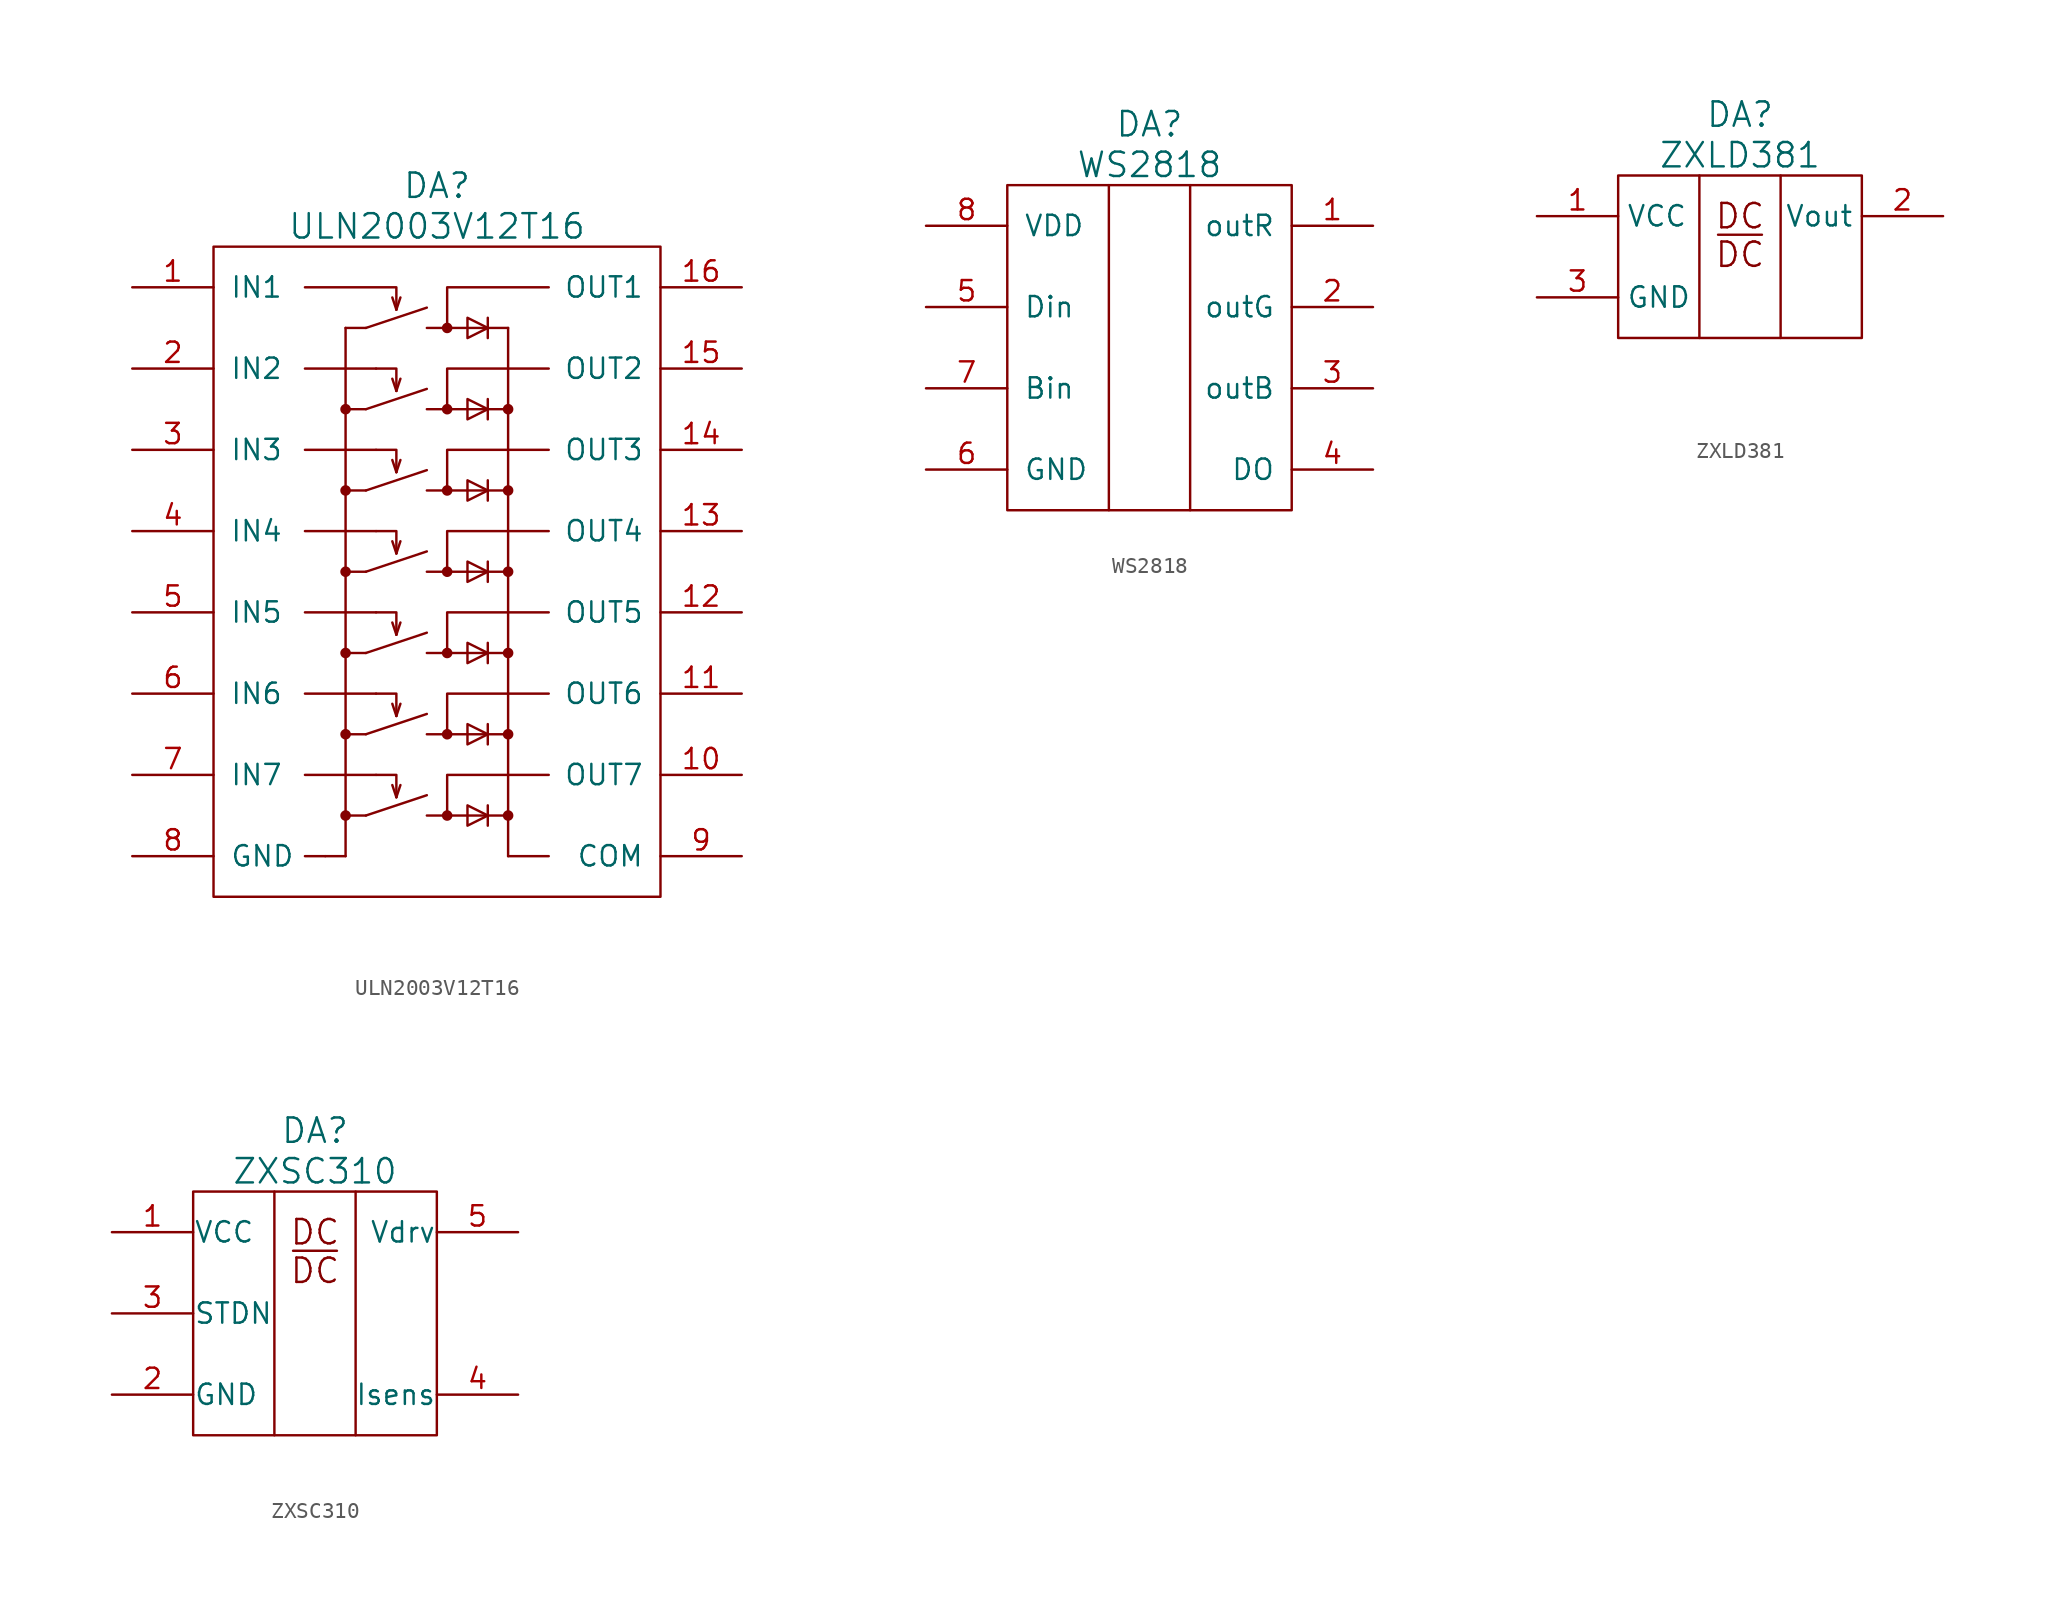
<source format=kicad_sym>
(kicad_symbol_lib
  (version 20220914)
  (generator kicad_symbol_editor)
  (symbol "ULN2003V12T16"
    (pin_names
      (offset 1.016))
    (property "Reference" "DA"
      (at 0 24.13 0)
      (effects (font (size 1.524 1.524))))
    (property "Value" "ULN2003V12T16"
      (at 0 21.59 0)
      (effects (font (size 1.524 1.524))))
    (property "Datasheet" ""
      (at 0 26.67 0)
      (effects (font (size 1.524 1.524))))
    (symbol "ULN2003V12T16_0_1"
      (polyline (pts (xy -6.985 -17.78) (xy -6.985 -17.78)) (stroke (width 0) (type solid)) (fill (type none)))
      (polyline (pts (xy -5.715 -17.78) (xy -8.255 -17.78)) (stroke (width 0) (type solid)) (fill (type none)))
      (polyline (pts (xy -4.445 -15.24) (xy -5.715 -15.24)) (stroke (width 0) (type solid)) (fill (type none)))
      (polyline (pts (xy -4.445 -15.24) (xy -0.635 -13.97)) (stroke (width 0) (type solid)) (fill (type none)))
      (polyline (pts (xy -4.445 -10.16) (xy -5.715 -10.16)) (stroke (width 0) (type solid)) (fill (type none)))
      (polyline (pts (xy -4.445 -10.16) (xy -0.635 -8.89)) (stroke (width 0) (type solid)) (fill (type none)))
      (polyline (pts (xy -4.445 -5.08) (xy -5.715 -5.08)) (stroke (width 0) (type solid)) (fill (type none)))
      (polyline (pts (xy -4.445 -5.08) (xy -0.635 -3.81)) (stroke (width 0) (type solid)) (fill (type none)))
      (polyline (pts (xy -4.445 0) (xy -5.715 0)) (stroke (width 0) (type solid)) (fill (type none)))
      (polyline (pts (xy -4.445 0) (xy -0.635 1.27)) (stroke (width 0) (type solid)) (fill (type none)))
      (polyline (pts (xy -4.445 5.08) (xy -5.715 5.08)) (stroke (width 0) (type solid)) (fill (type none)))
      (polyline (pts (xy -4.445 5.08) (xy -0.635 6.35)) (stroke (width 0) (type solid)) (fill (type none)))
      (polyline (pts (xy -4.445 10.16) (xy -5.715 10.16)) (stroke (width 0) (type solid)) (fill (type none)))
      (polyline (pts (xy -4.445 10.16) (xy -0.635 11.43)) (stroke (width 0) (type solid)) (fill (type none)))
      (polyline (pts (xy -4.445 15.24) (xy -5.715 15.24)) (stroke (width 0) (type solid)) (fill (type none)))
      (polyline (pts (xy -4.445 15.24) (xy -0.635 16.51)) (stroke (width 0) (type solid)) (fill (type none)))
      (polyline (pts (xy -3.81 -12.7) (xy -8.255 -12.7)) (stroke (width 0) (type solid)) (fill (type none)))
      (polyline (pts (xy -3.81 -7.62) (xy -8.255 -7.62)) (stroke (width 0) (type solid)) (fill (type none)))
      (polyline (pts (xy -3.81 -2.54) (xy -8.255 -2.54)) (stroke (width 0) (type solid)) (fill (type none)))
      (polyline (pts (xy -3.81 2.54) (xy -8.255 2.54)) (stroke (width 0) (type solid)) (fill (type none)))
      (polyline (pts (xy -3.81 7.62) (xy -8.255 7.62)) (stroke (width 0) (type solid)) (fill (type none)))
      (polyline (pts (xy -3.81 12.7) (xy -8.255 12.7)) (stroke (width 0) (type solid)) (fill (type none)))
      (polyline (pts (xy 0.635 -15.24) (xy -0.635 -15.24)) (stroke (width 0) (type solid)) (fill (type none)))
      (polyline (pts (xy 0.635 -10.16) (xy -0.635 -10.16)) (stroke (width 0) (type solid)) (fill (type none)))
      (polyline (pts (xy 0.635 -5.08) (xy -0.635 -5.08)) (stroke (width 0) (type solid)) (fill (type none)))
      (polyline (pts (xy 0.635 0) (xy -0.635 0)) (stroke (width 0) (type solid)) (fill (type none)))
      (polyline (pts (xy 0.635 5.08) (xy -0.635 5.08)) (stroke (width 0) (type solid)) (fill (type none)))
      (polyline (pts (xy 0.635 10.16) (xy -0.635 10.16)) (stroke (width 0) (type solid)) (fill (type none)))
      (polyline (pts (xy 4.445 -17.78) (xy 6.985 -17.78)) (stroke (width 0) (type solid)) (fill (type none)))
      (rectangle (start 13.97 20.32) (end -13.97 -20.32) (stroke (width 0) (type solid)) (fill (type none))))
    (symbol "ULN2003V12T16_1_1"
      (circle (center -5.715 -15.24) (radius 0.254) (stroke (width 0) (type solid)) (fill (type outline)))
      (circle (center -5.715 -10.16) (radius 0.254) (stroke (width 0) (type solid)) (fill (type outline)))
      (circle (center -5.715 -5.08) (radius 0.254) (stroke (width 0) (type solid)) (fill (type outline)))
      (circle (center -5.715 0) (radius 0.254) (stroke (width 0) (type solid)) (fill (type outline)))
      (circle (center -5.715 5.08) (radius 0.254) (stroke (width 0) (type solid)) (fill (type outline)))
      (circle (center -5.715 10.16) (radius 0.254) (stroke (width 0) (type solid)) (fill (type outline)))
      (polyline (pts (xy -5.715 15.24) (xy -5.715 -17.78)) (stroke (width 0) (type solid)) (fill (type none)))
      (polyline (pts (xy -2.54 -14.097) (xy -2.794 -13.335)) (stroke (width 0) (type solid)) (fill (type none)))
      (polyline (pts (xy -2.54 -14.097) (xy -2.286 -13.335)) (stroke (width 0) (type solid)) (fill (type none)))
      (polyline (pts (xy -2.54 -9.017) (xy -2.794 -8.255)) (stroke (width 0) (type solid)) (fill (type none)))
      (polyline (pts (xy -2.54 -9.017) (xy -2.286 -8.255)) (stroke (width 0) (type solid)) (fill (type none)))
      (polyline (pts (xy -2.54 -3.937) (xy -2.794 -3.175)) (stroke (width 0) (type solid)) (fill (type none)))
      (polyline (pts (xy -2.54 -3.937) (xy -2.286 -3.175)) (stroke (width 0) (type solid)) (fill (type none)))
      (polyline (pts (xy -2.54 1.143) (xy -2.794 1.905)) (stroke (width 0) (type solid)) (fill (type none)))
      (polyline (pts (xy -2.54 1.143) (xy -2.286 1.905)) (stroke (width 0) (type solid)) (fill (type none)))
      (polyline (pts (xy -2.54 6.223) (xy -2.794 6.985)) (stroke (width 0) (type solid)) (fill (type none)))
      (polyline (pts (xy -2.54 6.223) (xy -2.286 6.985)) (stroke (width 0) (type solid)) (fill (type none)))
      (polyline (pts (xy -2.54 11.303) (xy -2.794 12.065)) (stroke (width 0) (type solid)) (fill (type none)))
      (polyline (pts (xy -2.54 11.303) (xy -2.286 12.065)) (stroke (width 0) (type solid)) (fill (type none)))
      (polyline (pts (xy -2.54 16.383) (xy -2.794 17.145)) (stroke (width 0) (type solid)) (fill (type none)))
      (polyline (pts (xy -2.54 16.383) (xy -2.286 17.145)) (stroke (width 0) (type solid)) (fill (type none)))
      (polyline (pts (xy 0.635 -15.24) (xy 4.445 -15.24)) (stroke (width 0) (type solid)) (fill (type none)))
      (polyline (pts (xy 0.635 -10.16) (xy 4.445 -10.16)) (stroke (width 0) (type solid)) (fill (type none)))
      (polyline (pts (xy 0.635 -5.08) (xy 4.445 -5.08)) (stroke (width 0) (type solid)) (fill (type none)))
      (polyline (pts (xy 0.635 0) (xy 4.445 0)) (stroke (width 0) (type solid)) (fill (type none)))
      (polyline (pts (xy 0.635 5.08) (xy 4.445 5.08)) (stroke (width 0) (type solid)) (fill (type none)))
      (polyline (pts (xy 0.635 10.16) (xy 4.445 10.16)) (stroke (width 0) (type solid)) (fill (type none)))
      (polyline (pts (xy 0.635 15.24) (xy -0.635 15.24)) (stroke (width 0) (type solid)) (fill (type none)))
      (polyline (pts (xy 0.635 15.24) (xy 4.445 15.24)) (stroke (width 0) (type solid)) (fill (type none)))
      (polyline (pts (xy 3.175 -14.605) (xy 3.175 -15.875)) (stroke (width 0) (type solid)) (fill (type none)))
      (polyline (pts (xy 3.175 -9.525) (xy 3.175 -10.795)) (stroke (width 0) (type solid)) (fill (type none)))
      (polyline (pts (xy 3.175 -4.445) (xy 3.175 -5.715)) (stroke (width 0) (type solid)) (fill (type none)))
      (polyline (pts (xy 3.175 0.635) (xy 3.175 -0.635)) (stroke (width 0) (type solid)) (fill (type none)))
      (polyline (pts (xy 3.175 5.715) (xy 3.175 4.445)) (stroke (width 0) (type solid)) (fill (type none)))
      (polyline (pts (xy 3.175 10.795) (xy 3.175 9.525)) (stroke (width 0) (type solid)) (fill (type none)))
      (polyline (pts (xy 3.175 15.875) (xy 3.175 14.605)) (stroke (width 0) (type solid)) (fill (type none)))
      (polyline (pts (xy 4.445 15.24) (xy 4.445 -17.78)) (stroke (width 0) (type solid)) (fill (type none)))
      (polyline (pts (xy -2.54 -14.097) (xy -2.54 -12.7) (xy -3.81 -12.7)) (stroke (width 0) (type solid)) (fill (type none)))
      (polyline (pts (xy -2.54 -9.017) (xy -2.54 -7.62) (xy -3.81 -7.62)) (stroke (width 0) (type solid)) (fill (type none)))
      (polyline (pts (xy -2.54 -3.937) (xy -2.54 -2.54) (xy -3.81 -2.54)) (stroke (width 0) (type solid)) (fill (type none)))
      (polyline (pts (xy -2.54 1.143) (xy -2.54 2.54) (xy -3.81 2.54)) (stroke (width 0) (type solid)) (fill (type none)))
      (polyline (pts (xy -2.54 6.223) (xy -2.54 7.62) (xy -3.81 7.62)) (stroke (width 0) (type solid)) (fill (type none)))
      (polyline (pts (xy -2.54 11.303) (xy -2.54 12.7) (xy -3.81 12.7)) (stroke (width 0) (type solid)) (fill (type none)))
      (polyline (pts (xy -2.54 16.383) (xy -2.54 17.78) (xy -8.255 17.78)) (stroke (width 0) (type solid)) (fill (type none)))
      (polyline (pts (xy 6.985 -12.7) (xy 0.635 -12.7) (xy 0.635 -15.24)) (stroke (width 0) (type solid)) (fill (type none)))
      (polyline (pts (xy 6.985 -7.62) (xy 0.635 -7.62) (xy 0.635 -10.16)) (stroke (width 0) (type solid)) (fill (type none)))
      (polyline (pts (xy 6.985 -2.54) (xy 0.635 -2.54) (xy 0.635 -5.08)) (stroke (width 0) (type solid)) (fill (type none)))
      (polyline (pts (xy 6.985 2.54) (xy 0.635 2.54) (xy 0.635 0)) (stroke (width 0) (type solid)) (fill (type none)))
      (polyline (pts (xy 6.985 7.62) (xy 0.635 7.62) (xy 0.635 5.08)) (stroke (width 0) (type solid)) (fill (type none)))
      (polyline (pts (xy 6.985 12.7) (xy 0.635 12.7) (xy 0.635 10.16)) (stroke (width 0) (type solid)) (fill (type none)))
      (polyline (pts (xy 6.985 17.78) (xy 0.635 17.78) (xy 0.635 15.24)) (stroke (width 0) (type solid)) (fill (type none)))
      (polyline (pts (xy 1.905 -14.605) (xy 1.905 -15.875) (xy 3.175 -15.24) (xy 1.905 -14.605)) (stroke (width 0) (type solid)) (fill (type none)))
      (polyline (pts (xy 1.905 -9.525) (xy 1.905 -10.795) (xy 3.175 -10.16) (xy 1.905 -9.525)) (stroke (width 0) (type solid)) (fill (type none)))
      (polyline (pts (xy 1.905 -4.445) (xy 1.905 -5.715) (xy 3.175 -5.08) (xy 1.905 -4.445)) (stroke (width 0) (type solid)) (fill (type none)))
      (polyline (pts (xy 1.905 0.635) (xy 1.905 -0.635) (xy 3.175 0) (xy 1.905 0.635)) (stroke (width 0) (type solid)) (fill (type none)))
      (polyline (pts (xy 1.905 5.715) (xy 1.905 4.445) (xy 3.175 5.08) (xy 1.905 5.715)) (stroke (width 0) (type solid)) (fill (type none)))
      (polyline (pts (xy 1.905 10.795) (xy 1.905 9.525) (xy 3.175 10.16) (xy 1.905 10.795)) (stroke (width 0) (type solid)) (fill (type none)))
      (polyline (pts (xy 1.905 15.875) (xy 1.905 14.605) (xy 3.175 15.24) (xy 1.905 15.875)) (stroke (width 0) (type solid)) (fill (type none)))
      (circle (center 0.635 -15.24) (radius 0.254) (stroke (width 0) (type solid)) (fill (type outline)))
      (circle (center 0.635 -10.16) (radius 0.254) (stroke (width 0) (type solid)) (fill (type outline)))
      (circle (center 0.635 -5.08) (radius 0.254) (stroke (width 0) (type solid)) (fill (type outline)))
      (circle (center 0.635 0) (radius 0.254) (stroke (width 0) (type solid)) (fill (type outline)))
      (circle (center 0.635 5.08) (radius 0.254) (stroke (width 0) (type solid)) (fill (type outline)))
      (circle (center 0.635 10.16) (radius 0.254) (stroke (width 0) (type solid)) (fill (type outline)))
      (circle (center 0.635 15.24) (radius 0.254) (stroke (width 0) (type solid)) (fill (type outline)))
      (circle (center 4.445 -15.24) (radius 0.254) (stroke (width 0) (type solid)) (fill (type outline)))
      (circle (center 4.445 -10.16) (radius 0.254) (stroke (width 0) (type solid)) (fill (type outline)))
      (circle (center 4.445 -5.08) (radius 0.254) (stroke (width 0) (type solid)) (fill (type outline)))
      (circle (center 4.445 0) (radius 0.254) (stroke (width 0) (type solid)) (fill (type outline)))
      (circle (center 4.445 5.08) (radius 0.254) (stroke (width 0) (type solid)) (fill (type outline)))
      (circle (center 4.445 10.16) (radius 0.254) (stroke (width 0) (type solid)) (fill (type outline)))
      (pin passive line (at -19.05 17.78 0) (length 5.08) (name "IN1" (effects (font (size 1.27 1.27)))) (number "1" (effects (font (size 1.27 1.27)))))
      (pin passive line (at 19.05 -12.7 180) (length 5.08) (name "OUT7" (effects (font (size 1.27 1.27)))) (number "10" (effects (font (size 1.27 1.27)))))
      (pin passive line (at 19.05 -7.62 180) (length 5.08) (name "OUT6" (effects (font (size 1.27 1.27)))) (number "11" (effects (font (size 1.27 1.27)))))
      (pin passive line (at 19.05 -2.54 180) (length 5.08) (name "OUT5" (effects (font (size 1.27 1.27)))) (number "12" (effects (font (size 1.27 1.27)))))
      (pin passive line (at 19.05 2.54 180) (length 5.08) (name "OUT4" (effects (font (size 1.27 1.27)))) (number "13" (effects (font (size 1.27 1.27)))))
      (pin passive line (at 19.05 7.62 180) (length 5.08) (name "OUT3" (effects (font (size 1.27 1.27)))) (number "14" (effects (font (size 1.27 1.27)))))
      (pin passive line (at 19.05 12.7 180) (length 5.08) (name "OUT2" (effects (font (size 1.27 1.27)))) (number "15" (effects (font (size 1.27 1.27)))))
      (pin passive line (at 19.05 17.78 180) (length 5.08) (name "OUT1" (effects (font (size 1.27 1.27)))) (number "16" (effects (font (size 1.27 1.27)))))
      (pin passive line (at -19.05 12.7 0) (length 5.08) (name "IN2" (effects (font (size 1.27 1.27)))) (number "2" (effects (font (size 1.27 1.27)))))
      (pin passive line (at -19.05 7.62 0) (length 5.08) (name "IN3" (effects (font (size 1.27 1.27)))) (number "3" (effects (font (size 1.27 1.27)))))
      (pin passive line (at -19.05 2.54 0) (length 5.08) (name "IN4" (effects (font (size 1.27 1.27)))) (number "4" (effects (font (size 1.27 1.27)))))
      (pin passive line (at -19.05 -2.54 0) (length 5.08) (name "IN5" (effects (font (size 1.27 1.27)))) (number "5" (effects (font (size 1.27 1.27)))))
      (pin passive line (at -19.05 -7.62 0) (length 5.08) (name "IN6" (effects (font (size 1.27 1.27)))) (number "6" (effects (font (size 1.27 1.27)))))
      (pin passive line (at -19.05 -12.7 0) (length 5.08) (name "IN7" (effects (font (size 1.27 1.27)))) (number "7" (effects (font (size 1.27 1.27)))))
      (pin power_in line (at -19.05 -17.78 0) (length 5.08) (name "GND" (effects (font (size 1.27 1.27)))) (number "8" (effects (font (size 1.27 1.27)))))
      (pin passive line (at 19.05 -17.78 180) (length 5.08) (name "COM" (effects (font (size 1.27 1.27)))) (number "9" (effects (font (size 1.27 1.27)))))))
  (symbol "WS2818"
    (pin_names
      (offset 1.016))
    (property "Reference" "DA"
      (at 0 13.97 0)
      (effects (font (size 1.524 1.524))))
    (property "Value" "WS2818"
      (at 0 11.43 0)
      (effects (font (size 1.524 1.524))))
    (property "Datasheet" ""
      (at -1.27 -2.54 0)
      (effects (font (size 1.524 1.524))))
    (symbol "WS2818_0_1"
      (rectangle (start -8.89 10.16) (end 8.89 -10.16) (stroke (width 0) (type solid)) (fill (type none)))
      (polyline (pts (xy 2.54 10.16) (xy 2.54 -10.16)) (stroke (width 0) (type solid)) (fill (type none)))
      (polyline (pts (xy -2.54 10.16) (xy -2.54 0) (xy -2.54 -10.16)) (stroke (width 0) (type solid)) (fill (type none))))
    (symbol "WS2818_1_1"
      (pin passive line (at 13.97 7.62 180) (length 5.08) (name "outR" (effects (font (size 1.27 1.27)))) (number "1" (effects (font (size 1.27 1.27)))))
      (pin passive line (at 13.97 2.54 180) (length 5.08) (name "outG" (effects (font (size 1.27 1.27)))) (number "2" (effects (font (size 1.27 1.27)))))
      (pin passive line (at 13.97 -2.54 180) (length 5.08) (name "outB" (effects (font (size 1.27 1.27)))) (number "3" (effects (font (size 1.27 1.27)))))
      (pin input line (at 13.97 -7.62 180) (length 5.08) (name "DO" (effects (font (size 1.27 1.27)))) (number "4" (effects (font (size 1.27 1.27)))))
      (pin input line (at -13.97 2.54 0) (length 5.08) (name "Din" (effects (font (size 1.27 1.27)))) (number "5" (effects (font (size 1.27 1.27)))))
      (pin power_in line (at -13.97 -7.62 0) (length 5.08) (name "GND" (effects (font (size 1.27 1.27)))) (number "6" (effects (font (size 1.27 1.27)))))
      (pin input line (at -13.97 -2.54 0) (length 5.08) (name "Bin" (effects (font (size 1.27 1.27)))) (number "7" (effects (font (size 1.27 1.27)))))
      (pin power_in line (at -13.97 7.62 0) (length 5.08) (name "VDD" (effects (font (size 1.27 1.27)))) (number "8" (effects (font (size 1.27 1.27)))))))
  (symbol "ZXLD381"
    (property "Reference" "DA"
      (at 0 8.89 0)
      (effects (font (size 1.524 1.524))))
    (property "Value" "ZXLD381"
      (at 0 6.35 0)
      (effects (font (size 1.524 1.524))))
    (property "Datasheet" ""
      (at 0 -8.89 0)
      (effects (font (size 1.524 1.524))))
    (symbol "ZXLD381_0_0"
      (text "DC" (at 0 2.54 0) (effects (font (size 1.524 1.524))))
      (text "~{DC}" (at 0 0.127 0) (effects (font (size 1.524 1.524)))))
    (symbol "ZXLD381_0_1"
      (rectangle (start -7.62 5.08) (end 7.62 -5.08) (stroke (width 0) (type solid)) (fill (type none)))
      (polyline (pts (xy -2.54 5.08) (xy -2.54 -3.81) (xy -2.54 -5.08)) (stroke (width 0) (type solid)) (fill (type none)))
      (polyline (pts (xy 2.54 -5.08) (xy 2.54 5.08) (xy 2.54 5.08) (xy 2.54 5.08)) (stroke (width 0) (type solid)) (fill (type none))))
    (symbol "ZXLD381_1_1"
      (pin power_in line (at -12.7 2.54 0) (length 5.08) (name "VCC" (effects (font (size 1.27 1.27)))) (number "1" (effects (font (size 1.27 1.27)))))
      (pin power_out line (at 12.7 2.54 180) (length 5.08) (name "Vout" (effects (font (size 1.27 1.27)))) (number "2" (effects (font (size 1.27 1.27)))))
      (pin power_in line (at -12.7 -2.54 0) (length 5.08) (name "GND" (effects (font (size 1.27 1.27)))) (number "3" (effects (font (size 1.27 1.27)))))))
  (symbol "ZXSC310"
    (pin_names
      (offset 0.025))
    (property "Reference" "DA"
      (at 0 11.43 0)
      (effects (font (size 1.524 1.524))))
    (property "Value" "ZXSC310"
      (at 0 8.89 0)
      (effects (font (size 1.524 1.524))))
    (property "Datasheet" ""
      (at 0 -8.89 0)
      (effects (font (size 1.524 1.524))))
    (symbol "ZXSC310_0_0"
      (text "DC" (at 0 5.08 0) (effects (font (size 1.524 1.524))))
      (text "~{DC}" (at 0 2.667 0) (effects (font (size 1.524 1.524)))))
    (symbol "ZXSC310_0_1"
      (rectangle (start -7.62 7.62) (end 7.62 -7.62) (stroke (width 0) (type solid)) (fill (type none)))
      (polyline (pts (xy -2.54 7.62) (xy -2.54 -1.27) (xy -2.54 -7.62)) (stroke (width 0) (type solid)) (fill (type none)))
      (polyline (pts (xy 2.54 -7.62) (xy 2.54 7.62) (xy 2.54 7.62) (xy 2.54 7.62)) (stroke (width 0) (type solid)) (fill (type none))))
    (symbol "ZXSC310_1_1"
      (pin power_in line (at -12.7 5.08 0) (length 5.08) (name "VCC" (effects (font (size 1.27 1.27)))) (number "1" (effects (font (size 1.27 1.27)))))
      (pin power_in line (at -12.7 -5.08 0) (length 5.08) (name "GND" (effects (font (size 1.27 1.27)))) (number "2" (effects (font (size 1.27 1.27)))))
      (pin input line (at -12.7 0 0) (length 5.08) (name "STDN" (effects (font (size 1.27 1.27)))) (number "3" (effects (font (size 1.27 1.27)))))
      (pin passive line (at 12.7 -5.08 180) (length 5.08) (name "Isens" (effects (font (size 1.27 1.27)))) (number "4" (effects (font (size 1.27 1.27)))))
      (pin passive line (at 12.7 5.08 180) (length 5.08) (name "Vdrv" (effects (font (size 1.27 1.27)))) (number "5" (effects (font (size 1.27 1.27))))))))
</source>
